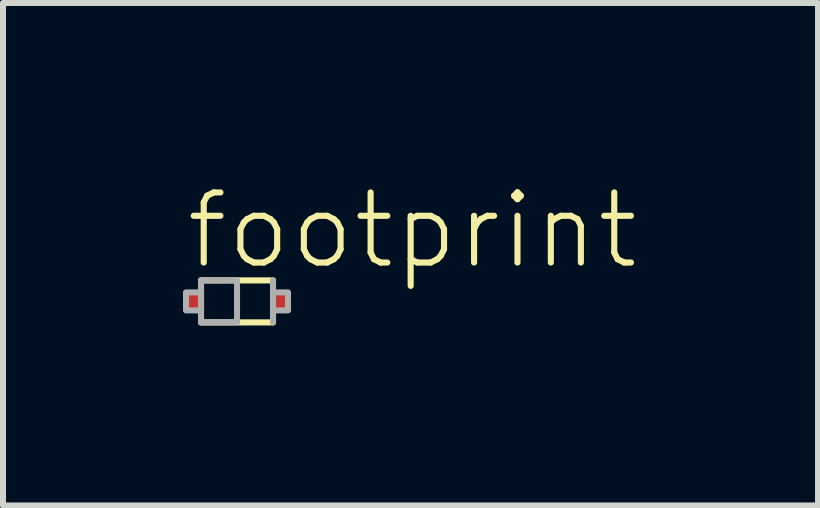
<source format=kicad_pcb>
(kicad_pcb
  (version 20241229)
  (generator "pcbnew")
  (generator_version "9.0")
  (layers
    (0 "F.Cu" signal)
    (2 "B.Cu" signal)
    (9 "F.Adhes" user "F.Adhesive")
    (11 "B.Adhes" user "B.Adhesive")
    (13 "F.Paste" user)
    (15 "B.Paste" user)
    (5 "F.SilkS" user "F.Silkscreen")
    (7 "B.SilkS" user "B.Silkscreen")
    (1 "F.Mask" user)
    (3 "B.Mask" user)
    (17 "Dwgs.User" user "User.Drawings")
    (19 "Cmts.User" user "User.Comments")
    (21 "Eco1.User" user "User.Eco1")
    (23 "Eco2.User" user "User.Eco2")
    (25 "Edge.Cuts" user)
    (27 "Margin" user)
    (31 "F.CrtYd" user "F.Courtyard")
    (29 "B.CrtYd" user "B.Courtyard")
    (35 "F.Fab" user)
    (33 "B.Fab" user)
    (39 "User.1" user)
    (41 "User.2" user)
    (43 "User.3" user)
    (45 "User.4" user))
  (footprint "footprint"
    (layer "F.Cu")
    (at 0.9 1.973)
    (property "Reference" "footprint" (at -0.9 -0.5 0) (layer "F.SilkS") (effects (font (size 1.168 1.168) (thickness 0.102)) (justify left bottom)))
    (fp_line (start -0.6 0.35) (end 0.6 0.35) (stroke (width 0.102) (type solid)) (layer "F.SilkS"))
    (fp_line (start 0.6 -0.35) (end -0.6 -0.35) (stroke (width 0.102) (type solid)) (layer "F.SilkS"))
    (fp_line (start -0.6 -0.35) (end -0.6 0.35) (stroke (width 0.102) (type solid)) (layer "F.Fab"))
    (fp_line (start 0.6 0.35) (end 0.6 -0.35) (stroke (width 0.102) (type solid)) (layer "F.Fab"))
    (fp_poly (pts (xy -0.85 0.15) (xy -0.6 0.15) (xy -0.6 -0.15) (xy -0.85 -0.15)) (stroke (width 0.1) (type solid)) (fill no) (layer "F.Fab"))
    (fp_poly (pts (xy -0.6 0.35) (xy 0 0.35) (xy 0 -0.35) (xy -0.6 -0.35)) (stroke (width 0.1) (type solid)) (fill no) (layer "F.Fab"))
    (fp_poly (pts (xy 0.6 0.15) (xy 0.85 0.15) (xy 0.85 -0.15) (xy 0.6 -0.15)) (stroke (width 0.1) (type solid)) (fill no) (layer "F.Fab"))
    (pad "A" smd rect (at 0.725 0) (size 0.35 0.35) (layers "F.Cu" "F.Mask" "F.Paste"))
    (pad "C" smd rect (at -0.725 0) (size 0.35 0.35) (layers "F.Cu" "F.Mask" "F.Paste")))
  (gr_rect
    (start -3 -3)
    (end 10.582 5.374)
    (stroke (width 0.1) (type default))
    (fill no)
    (layer "Edge.Cuts")))
</source>
